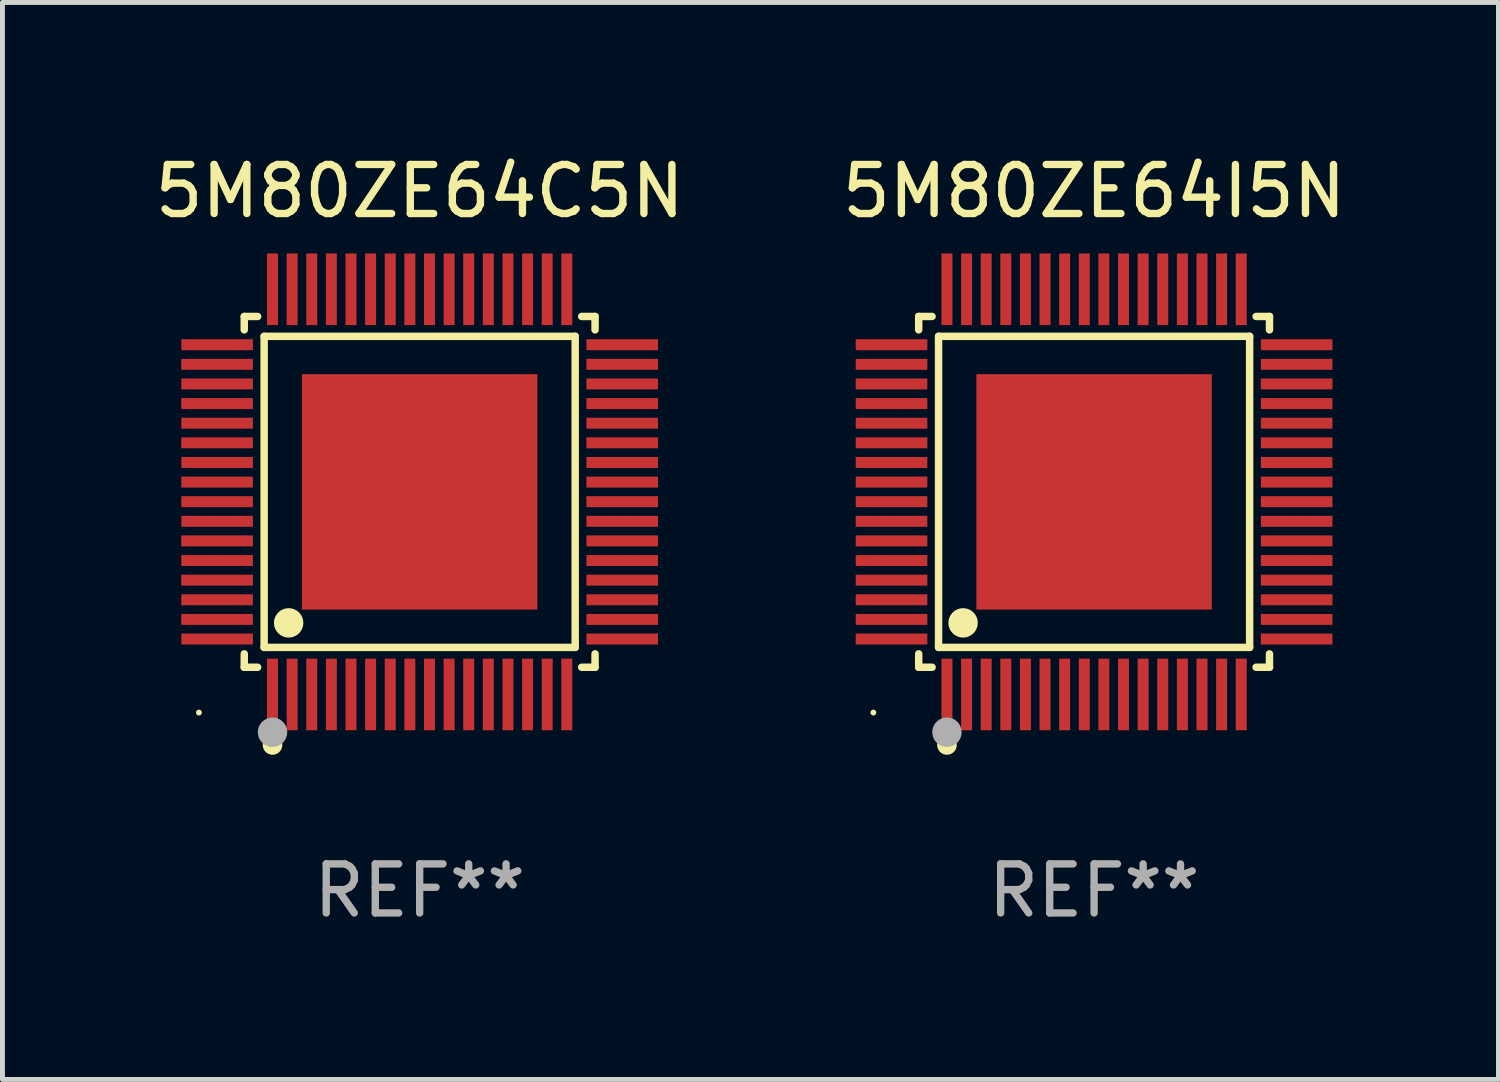
<source format=kicad_pcb>
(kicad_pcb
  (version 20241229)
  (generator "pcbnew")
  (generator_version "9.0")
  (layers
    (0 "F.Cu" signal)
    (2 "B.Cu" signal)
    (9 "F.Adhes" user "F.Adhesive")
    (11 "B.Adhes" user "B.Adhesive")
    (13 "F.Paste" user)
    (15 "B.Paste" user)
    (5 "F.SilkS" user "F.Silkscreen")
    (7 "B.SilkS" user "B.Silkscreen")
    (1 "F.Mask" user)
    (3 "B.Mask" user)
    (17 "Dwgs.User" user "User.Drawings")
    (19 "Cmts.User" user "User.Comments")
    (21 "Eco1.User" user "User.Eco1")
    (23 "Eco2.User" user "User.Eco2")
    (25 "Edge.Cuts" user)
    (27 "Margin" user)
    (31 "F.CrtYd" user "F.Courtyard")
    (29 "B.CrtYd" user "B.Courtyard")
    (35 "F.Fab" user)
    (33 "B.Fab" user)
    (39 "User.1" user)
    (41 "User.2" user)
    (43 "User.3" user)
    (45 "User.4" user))
  (footprint "5M80ZE64C5N"
    (layer "F.Cu")
    (at 5.506 6.978)
    (property "Reference" "5M80ZE64C5N" (at 0 -6.13 0) (layer "F.SilkS") (effects (font (size 1 1) (thickness 0.15))))
    (attr through_hole)
    (fp_line (start -3.576 -3.576) (end -3.303 -3.576) (stroke (width 0.152) (type solid)) (layer "F.SilkS"))
    (fp_line (start -3.576 -3.303) (end -3.576 -3.576) (stroke (width 0.152) (type solid)) (layer "F.SilkS"))
    (fp_line (start -3.576 3.303) (end -3.576 3.576) (stroke (width 0.152) (type solid)) (layer "F.SilkS"))
    (fp_line (start -3.576 3.576) (end -3.303 3.576) (stroke (width 0.152) (type solid)) (layer "F.SilkS"))
    (fp_line (start -3.171 -3.171) (end 3.171 -3.171) (stroke (width 0.152) (type solid)) (layer "F.SilkS"))
    (fp_line (start -3.171 3.171) (end -3.171 -3.171) (stroke (width 0.152) (type solid)) (layer "F.SilkS"))
    (fp_line (start 3.171 -3.171) (end 3.171 3.171) (stroke (width 0.152) (type solid)) (layer "F.SilkS"))
    (fp_line (start 3.171 3.171) (end -3.171 3.171) (stroke (width 0.152) (type solid)) (layer "F.SilkS"))
    (fp_line (start 3.576 -3.576) (end 3.303 -3.576) (stroke (width 0.152) (type solid)) (layer "F.SilkS"))
    (fp_line (start 3.576 -3.303) (end 3.576 -3.576) (stroke (width 0.152) (type solid)) (layer "F.SilkS"))
    (fp_line (start 3.576 3.303) (end 3.576 3.576) (stroke (width 0.152) (type solid)) (layer "F.SilkS"))
    (fp_line (start 3.576 3.576) (end 3.303 3.576) (stroke (width 0.152) (type solid)) (layer "F.SilkS"))
    (fp_circle (center -4.5 4.5) (end -4.47 4.5) (stroke (width 0.06) (type solid)) (fill no) (layer "F.SilkS"))
    (fp_circle (center -3 5.16) (end -2.9 5.16) (stroke (width 0.2) (type solid)) (fill no) (layer "F.SilkS"))
    (fp_circle (center -2.671 2.671) (end -2.521 2.671) (stroke (width 0.3) (type solid)) (fill no) (layer "F.SilkS"))
    (fp_circle (center -3 4.9) (end -2.85 4.9) (stroke (width 0.3) (type solid)) (fill no) (layer "F.Fab"))
    (fp_text user "REF**" (at 0 8.13 0) (layer "F.Fab") (effects (font (size 1 1) (thickness 0.15))))
    (pad "1" smd rect (at -3 4.13) (size 0.224 1.46) (layers "F.Cu" "F.Mask" "F.Paste"))
    (pad "2" smd rect (at -2.6 4.13) (size 0.224 1.46) (layers "F.Cu" "F.Mask" "F.Paste"))
    (pad "3" smd rect (at -2.2 4.13) (size 0.224 1.46) (layers "F.Cu" "F.Mask" "F.Paste"))
    (pad "4" smd rect (at -1.8 4.13) (size 0.224 1.46) (layers "F.Cu" "F.Mask" "F.Paste"))
    (pad "5" smd rect (at -1.4 4.13) (size 0.224 1.46) (layers "F.Cu" "F.Mask" "F.Paste"))
    (pad "6" smd rect (at -1 4.13) (size 0.224 1.46) (layers "F.Cu" "F.Mask" "F.Paste"))
    (pad "7" smd rect (at -0.6 4.13) (size 0.224 1.46) (layers "F.Cu" "F.Mask" "F.Paste"))
    (pad "8" smd rect (at -0.2 4.13) (size 0.224 1.46) (layers "F.Cu" "F.Mask" "F.Paste"))
    (pad "9" smd rect (at 0.2 4.13) (size 0.224 1.46) (layers "F.Cu" "F.Mask" "F.Paste"))
    (pad "10" smd rect (at 0.6 4.13) (size 0.224 1.46) (layers "F.Cu" "F.Mask" "F.Paste"))
    (pad "11" smd rect (at 1 4.13) (size 0.224 1.46) (layers "F.Cu" "F.Mask" "F.Paste"))
    (pad "12" smd rect (at 1.4 4.13) (size 0.224 1.46) (layers "F.Cu" "F.Mask" "F.Paste"))
    (pad "13" smd rect (at 1.8 4.13) (size 0.224 1.46) (layers "F.Cu" "F.Mask" "F.Paste"))
    (pad "14" smd rect (at 2.2 4.13) (size 0.224 1.46) (layers "F.Cu" "F.Mask" "F.Paste"))
    (pad "15" smd rect (at 2.6 4.13) (size 0.224 1.46) (layers "F.Cu" "F.Mask" "F.Paste"))
    (pad "16" smd rect (at 3 4.13) (size 0.224 1.46) (layers "F.Cu" "F.Mask" "F.Paste"))
    (pad "17" smd rect (at 4.13 3) (size 1.46 0.224) (layers "F.Cu" "F.Mask" "F.Paste"))
    (pad "18" smd rect (at 4.13 2.6) (size 1.46 0.224) (layers "F.Cu" "F.Mask" "F.Paste"))
    (pad "19" smd rect (at 4.13 2.2) (size 1.46 0.224) (layers "F.Cu" "F.Mask" "F.Paste"))
    (pad "20" smd rect (at 4.13 1.8) (size 1.46 0.224) (layers "F.Cu" "F.Mask" "F.Paste"))
    (pad "21" smd rect (at 4.13 1.4) (size 1.46 0.224) (layers "F.Cu" "F.Mask" "F.Paste"))
    (pad "22" smd rect (at 4.13 1) (size 1.46 0.224) (layers "F.Cu" "F.Mask" "F.Paste"))
    (pad "23" smd rect (at 4.13 0.6) (size 1.46 0.224) (layers "F.Cu" "F.Mask" "F.Paste"))
    (pad "24" smd rect (at 4.13 0.2) (size 1.46 0.224) (layers "F.Cu" "F.Mask" "F.Paste"))
    (pad "25" smd rect (at 4.13 -0.2) (size 1.46 0.224) (layers "F.Cu" "F.Mask" "F.Paste"))
    (pad "26" smd rect (at 4.13 -0.6) (size 1.46 0.224) (layers "F.Cu" "F.Mask" "F.Paste"))
    (pad "27" smd rect (at 4.13 -1) (size 1.46 0.224) (layers "F.Cu" "F.Mask" "F.Paste"))
    (pad "28" smd rect (at 4.13 -1.4) (size 1.46 0.224) (layers "F.Cu" "F.Mask" "F.Paste"))
    (pad "29" smd rect (at 4.13 -1.8) (size 1.46 0.224) (layers "F.Cu" "F.Mask" "F.Paste"))
    (pad "30" smd rect (at 4.13 -2.2) (size 1.46 0.224) (layers "F.Cu" "F.Mask" "F.Paste"))
    (pad "31" smd rect (at 4.13 -2.6) (size 1.46 0.224) (layers "F.Cu" "F.Mask" "F.Paste"))
    (pad "32" smd rect (at 4.13 -3) (size 1.46 0.224) (layers "F.Cu" "F.Mask" "F.Paste"))
    (pad "33" smd rect (at 3 -4.13) (size 0.224 1.46) (layers "F.Cu" "F.Mask" "F.Paste"))
    (pad "34" smd rect (at 2.6 -4.13) (size 0.224 1.46) (layers "F.Cu" "F.Mask" "F.Paste"))
    (pad "35" smd rect (at 2.2 -4.13) (size 0.224 1.46) (layers "F.Cu" "F.Mask" "F.Paste"))
    (pad "36" smd rect (at 1.8 -4.13) (size 0.224 1.46) (layers "F.Cu" "F.Mask" "F.Paste"))
    (pad "37" smd rect (at 1.4 -4.13) (size 0.224 1.46) (layers "F.Cu" "F.Mask" "F.Paste"))
    (pad "38" smd rect (at 1 -4.13) (size 0.224 1.46) (layers "F.Cu" "F.Mask" "F.Paste"))
    (pad "39" smd rect (at 0.6 -4.13) (size 0.224 1.46) (layers "F.Cu" "F.Mask" "F.Paste"))
    (pad "40" smd rect (at 0.2 -4.13) (size 0.224 1.46) (layers "F.Cu" "F.Mask" "F.Paste"))
    (pad "41" smd rect (at -0.2 -4.13) (size 0.224 1.46) (layers "F.Cu" "F.Mask" "F.Paste"))
    (pad "42" smd rect (at -0.6 -4.13) (size 0.224 1.46) (layers "F.Cu" "F.Mask" "F.Paste"))
    (pad "43" smd rect (at -1 -4.13) (size 0.224 1.46) (layers "F.Cu" "F.Mask" "F.Paste"))
    (pad "44" smd rect (at -1.4 -4.13) (size 0.224 1.46) (layers "F.Cu" "F.Mask" "F.Paste"))
    (pad "45" smd rect (at -1.8 -4.13) (size 0.224 1.46) (layers "F.Cu" "F.Mask" "F.Paste"))
    (pad "46" smd rect (at -2.2 -4.13) (size 0.224 1.46) (layers "F.Cu" "F.Mask" "F.Paste"))
    (pad "47" smd rect (at -2.6 -4.13) (size 0.224 1.46) (layers "F.Cu" "F.Mask" "F.Paste"))
    (pad "48" smd rect (at -3 -4.13) (size 0.224 1.46) (layers "F.Cu" "F.Mask" "F.Paste"))
    (pad "49" smd rect (at -4.13 -3) (size 1.46 0.224) (layers "F.Cu" "F.Mask" "F.Paste"))
    (pad "50" smd rect (at -4.13 -2.6) (size 1.46 0.224) (layers "F.Cu" "F.Mask" "F.Paste"))
    (pad "51" smd rect (at -4.13 -2.2) (size 1.46 0.224) (layers "F.Cu" "F.Mask" "F.Paste"))
    (pad "52" smd rect (at -4.13 -1.8) (size 1.46 0.224) (layers "F.Cu" "F.Mask" "F.Paste"))
    (pad "53" smd rect (at -4.13 -1.4) (size 1.46 0.224) (layers "F.Cu" "F.Mask" "F.Paste"))
    (pad "54" smd rect (at -4.13 -1) (size 1.46 0.224) (layers "F.Cu" "F.Mask" "F.Paste"))
    (pad "55" smd rect (at -4.13 -0.6) (size 1.46 0.224) (layers "F.Cu" "F.Mask" "F.Paste"))
    (pad "56" smd rect (at -4.13 -0.2) (size 1.46 0.224) (layers "F.Cu" "F.Mask" "F.Paste"))
    (pad "57" smd rect (at -4.13 0.2) (size 1.46 0.224) (layers "F.Cu" "F.Mask" "F.Paste"))
    (pad "58" smd rect (at -4.13 0.6) (size 1.46 0.224) (layers "F.Cu" "F.Mask" "F.Paste"))
    (pad "59" smd rect (at -4.13 1) (size 1.46 0.224) (layers "F.Cu" "F.Mask" "F.Paste"))
    (pad "60" smd rect (at -4.13 1.4) (size 1.46 0.224) (layers "F.Cu" "F.Mask" "F.Paste"))
    (pad "61" smd rect (at -4.13 1.8) (size 1.46 0.224) (layers "F.Cu" "F.Mask" "F.Paste"))
    (pad "62" smd rect (at -4.13 2.2) (size 1.46 0.224) (layers "F.Cu" "F.Mask" "F.Paste"))
    (pad "63" smd rect (at -4.13 2.6) (size 1.46 0.224) (layers "F.Cu" "F.Mask" "F.Paste"))
    (pad "64" smd rect (at -4.13 3) (size 1.46 0.224) (layers "F.Cu" "F.Mask" "F.Paste"))
    (pad "65" smd rect (at 0 0) (size 4.8 4.8) (layers "F.Cu" "F.Mask" "F.Paste")))
  (footprint "5M80ZE64I5N"
    (layer "F.Cu")
    (at 19.256 6.978)
    (property "Reference" "5M80ZE64I5N" (at 0 -6.13 0) (layer "F.SilkS") (effects (font (size 1 1) (thickness 0.15))))
    (attr through_hole)
    (fp_line (start -3.576 -3.576) (end -3.303 -3.576) (stroke (width 0.152) (type solid)) (layer "F.SilkS"))
    (fp_line (start -3.576 -3.303) (end -3.576 -3.576) (stroke (width 0.152) (type solid)) (layer "F.SilkS"))
    (fp_line (start -3.576 3.303) (end -3.576 3.576) (stroke (width 0.152) (type solid)) (layer "F.SilkS"))
    (fp_line (start -3.576 3.576) (end -3.303 3.576) (stroke (width 0.152) (type solid)) (layer "F.SilkS"))
    (fp_line (start -3.171 -3.171) (end 3.171 -3.171) (stroke (width 0.152) (type solid)) (layer "F.SilkS"))
    (fp_line (start -3.171 3.171) (end -3.171 -3.171) (stroke (width 0.152) (type solid)) (layer "F.SilkS"))
    (fp_line (start 3.171 -3.171) (end 3.171 3.171) (stroke (width 0.152) (type solid)) (layer "F.SilkS"))
    (fp_line (start 3.171 3.171) (end -3.171 3.171) (stroke (width 0.152) (type solid)) (layer "F.SilkS"))
    (fp_line (start 3.576 -3.576) (end 3.303 -3.576) (stroke (width 0.152) (type solid)) (layer "F.SilkS"))
    (fp_line (start 3.576 -3.303) (end 3.576 -3.576) (stroke (width 0.152) (type solid)) (layer "F.SilkS"))
    (fp_line (start 3.576 3.303) (end 3.576 3.576) (stroke (width 0.152) (type solid)) (layer "F.SilkS"))
    (fp_line (start 3.576 3.576) (end 3.303 3.576) (stroke (width 0.152) (type solid)) (layer "F.SilkS"))
    (fp_circle (center -4.5 4.5) (end -4.47 4.5) (stroke (width 0.06) (type solid)) (fill no) (layer "F.SilkS"))
    (fp_circle (center -3 5.16) (end -2.9 5.16) (stroke (width 0.2) (type solid)) (fill no) (layer "F.SilkS"))
    (fp_circle (center -2.671 2.671) (end -2.521 2.671) (stroke (width 0.3) (type solid)) (fill no) (layer "F.SilkS"))
    (fp_circle (center -3 4.9) (end -2.85 4.9) (stroke (width 0.3) (type solid)) (fill no) (layer "F.Fab"))
    (fp_text user "REF**" (at 0 8.13 0) (layer "F.Fab") (effects (font (size 1 1) (thickness 0.15))))
    (pad "1" smd rect (at -3 4.13) (size 0.224 1.46) (layers "F.Cu" "F.Mask" "F.Paste"))
    (pad "2" smd rect (at -2.6 4.13) (size 0.224 1.46) (layers "F.Cu" "F.Mask" "F.Paste"))
    (pad "3" smd rect (at -2.2 4.13) (size 0.224 1.46) (layers "F.Cu" "F.Mask" "F.Paste"))
    (pad "4" smd rect (at -1.8 4.13) (size 0.224 1.46) (layers "F.Cu" "F.Mask" "F.Paste"))
    (pad "5" smd rect (at -1.4 4.13) (size 0.224 1.46) (layers "F.Cu" "F.Mask" "F.Paste"))
    (pad "6" smd rect (at -1 4.13) (size 0.224 1.46) (layers "F.Cu" "F.Mask" "F.Paste"))
    (pad "7" smd rect (at -0.6 4.13) (size 0.224 1.46) (layers "F.Cu" "F.Mask" "F.Paste"))
    (pad "8" smd rect (at -0.2 4.13) (size 0.224 1.46) (layers "F.Cu" "F.Mask" "F.Paste"))
    (pad "9" smd rect (at 0.2 4.13) (size 0.224 1.46) (layers "F.Cu" "F.Mask" "F.Paste"))
    (pad "10" smd rect (at 0.6 4.13) (size 0.224 1.46) (layers "F.Cu" "F.Mask" "F.Paste"))
    (pad "11" smd rect (at 1 4.13) (size 0.224 1.46) (layers "F.Cu" "F.Mask" "F.Paste"))
    (pad "12" smd rect (at 1.4 4.13) (size 0.224 1.46) (layers "F.Cu" "F.Mask" "F.Paste"))
    (pad "13" smd rect (at 1.8 4.13) (size 0.224 1.46) (layers "F.Cu" "F.Mask" "F.Paste"))
    (pad "14" smd rect (at 2.2 4.13) (size 0.224 1.46) (layers "F.Cu" "F.Mask" "F.Paste"))
    (pad "15" smd rect (at 2.6 4.13) (size 0.224 1.46) (layers "F.Cu" "F.Mask" "F.Paste"))
    (pad "16" smd rect (at 3 4.13) (size 0.224 1.46) (layers "F.Cu" "F.Mask" "F.Paste"))
    (pad "17" smd rect (at 4.13 3) (size 1.46 0.224) (layers "F.Cu" "F.Mask" "F.Paste"))
    (pad "18" smd rect (at 4.13 2.6) (size 1.46 0.224) (layers "F.Cu" "F.Mask" "F.Paste"))
    (pad "19" smd rect (at 4.13 2.2) (size 1.46 0.224) (layers "F.Cu" "F.Mask" "F.Paste"))
    (pad "20" smd rect (at 4.13 1.8) (size 1.46 0.224) (layers "F.Cu" "F.Mask" "F.Paste"))
    (pad "21" smd rect (at 4.13 1.4) (size 1.46 0.224) (layers "F.Cu" "F.Mask" "F.Paste"))
    (pad "22" smd rect (at 4.13 1) (size 1.46 0.224) (layers "F.Cu" "F.Mask" "F.Paste"))
    (pad "23" smd rect (at 4.13 0.6) (size 1.46 0.224) (layers "F.Cu" "F.Mask" "F.Paste"))
    (pad "24" smd rect (at 4.13 0.2) (size 1.46 0.224) (layers "F.Cu" "F.Mask" "F.Paste"))
    (pad "25" smd rect (at 4.13 -0.2) (size 1.46 0.224) (layers "F.Cu" "F.Mask" "F.Paste"))
    (pad "26" smd rect (at 4.13 -0.6) (size 1.46 0.224) (layers "F.Cu" "F.Mask" "F.Paste"))
    (pad "27" smd rect (at 4.13 -1) (size 1.46 0.224) (layers "F.Cu" "F.Mask" "F.Paste"))
    (pad "28" smd rect (at 4.13 -1.4) (size 1.46 0.224) (layers "F.Cu" "F.Mask" "F.Paste"))
    (pad "29" smd rect (at 4.13 -1.8) (size 1.46 0.224) (layers "F.Cu" "F.Mask" "F.Paste"))
    (pad "30" smd rect (at 4.13 -2.2) (size 1.46 0.224) (layers "F.Cu" "F.Mask" "F.Paste"))
    (pad "31" smd rect (at 4.13 -2.6) (size 1.46 0.224) (layers "F.Cu" "F.Mask" "F.Paste"))
    (pad "32" smd rect (at 4.13 -3) (size 1.46 0.224) (layers "F.Cu" "F.Mask" "F.Paste"))
    (pad "33" smd rect (at 3 -4.13) (size 0.224 1.46) (layers "F.Cu" "F.Mask" "F.Paste"))
    (pad "34" smd rect (at 2.6 -4.13) (size 0.224 1.46) (layers "F.Cu" "F.Mask" "F.Paste"))
    (pad "35" smd rect (at 2.2 -4.13) (size 0.224 1.46) (layers "F.Cu" "F.Mask" "F.Paste"))
    (pad "36" smd rect (at 1.8 -4.13) (size 0.224 1.46) (layers "F.Cu" "F.Mask" "F.Paste"))
    (pad "37" smd rect (at 1.4 -4.13) (size 0.224 1.46) (layers "F.Cu" "F.Mask" "F.Paste"))
    (pad "38" smd rect (at 1 -4.13) (size 0.224 1.46) (layers "F.Cu" "F.Mask" "F.Paste"))
    (pad "39" smd rect (at 0.6 -4.13) (size 0.224 1.46) (layers "F.Cu" "F.Mask" "F.Paste"))
    (pad "40" smd rect (at 0.2 -4.13) (size 0.224 1.46) (layers "F.Cu" "F.Mask" "F.Paste"))
    (pad "41" smd rect (at -0.2 -4.13) (size 0.224 1.46) (layers "F.Cu" "F.Mask" "F.Paste"))
    (pad "42" smd rect (at -0.6 -4.13) (size 0.224 1.46) (layers "F.Cu" "F.Mask" "F.Paste"))
    (pad "43" smd rect (at -1 -4.13) (size 0.224 1.46) (layers "F.Cu" "F.Mask" "F.Paste"))
    (pad "44" smd rect (at -1.4 -4.13) (size 0.224 1.46) (layers "F.Cu" "F.Mask" "F.Paste"))
    (pad "45" smd rect (at -1.8 -4.13) (size 0.224 1.46) (layers "F.Cu" "F.Mask" "F.Paste"))
    (pad "46" smd rect (at -2.2 -4.13) (size 0.224 1.46) (layers "F.Cu" "F.Mask" "F.Paste"))
    (pad "47" smd rect (at -2.6 -4.13) (size 0.224 1.46) (layers "F.Cu" "F.Mask" "F.Paste"))
    (pad "48" smd rect (at -3 -4.13) (size 0.224 1.46) (layers "F.Cu" "F.Mask" "F.Paste"))
    (pad "49" smd rect (at -4.13 -3) (size 1.46 0.224) (layers "F.Cu" "F.Mask" "F.Paste"))
    (pad "50" smd rect (at -4.13 -2.6) (size 1.46 0.224) (layers "F.Cu" "F.Mask" "F.Paste"))
    (pad "51" smd rect (at -4.13 -2.2) (size 1.46 0.224) (layers "F.Cu" "F.Mask" "F.Paste"))
    (pad "52" smd rect (at -4.13 -1.8) (size 1.46 0.224) (layers "F.Cu" "F.Mask" "F.Paste"))
    (pad "53" smd rect (at -4.13 -1.4) (size 1.46 0.224) (layers "F.Cu" "F.Mask" "F.Paste"))
    (pad "54" smd rect (at -4.13 -1) (size 1.46 0.224) (layers "F.Cu" "F.Mask" "F.Paste"))
    (pad "55" smd rect (at -4.13 -0.6) (size 1.46 0.224) (layers "F.Cu" "F.Mask" "F.Paste"))
    (pad "56" smd rect (at -4.13 -0.2) (size 1.46 0.224) (layers "F.Cu" "F.Mask" "F.Paste"))
    (pad "57" smd rect (at -4.13 0.2) (size 1.46 0.224) (layers "F.Cu" "F.Mask" "F.Paste"))
    (pad "58" smd rect (at -4.13 0.6) (size 1.46 0.224) (layers "F.Cu" "F.Mask" "F.Paste"))
    (pad "59" smd rect (at -4.13 1) (size 1.46 0.224) (layers "F.Cu" "F.Mask" "F.Paste"))
    (pad "60" smd rect (at -4.13 1.4) (size 1.46 0.224) (layers "F.Cu" "F.Mask" "F.Paste"))
    (pad "61" smd rect (at -4.13 1.8) (size 1.46 0.224) (layers "F.Cu" "F.Mask" "F.Paste"))
    (pad "62" smd rect (at -4.13 2.2) (size 1.46 0.224) (layers "F.Cu" "F.Mask" "F.Paste"))
    (pad "63" smd rect (at -4.13 2.6) (size 1.46 0.224) (layers "F.Cu" "F.Mask" "F.Paste"))
    (pad "64" smd rect (at -4.13 3) (size 1.46 0.224) (layers "F.Cu" "F.Mask" "F.Paste"))
    (pad "65" smd rect (at 0 0) (size 4.8 4.8) (layers "F.Cu" "F.Mask" "F.Paste")))
  (gr_rect
    (start -3 -3)
    (end 27.5 18.957)
    (stroke (width 0.1) (type default))
    (fill no)
    (layer "Edge.Cuts")))
</source>
